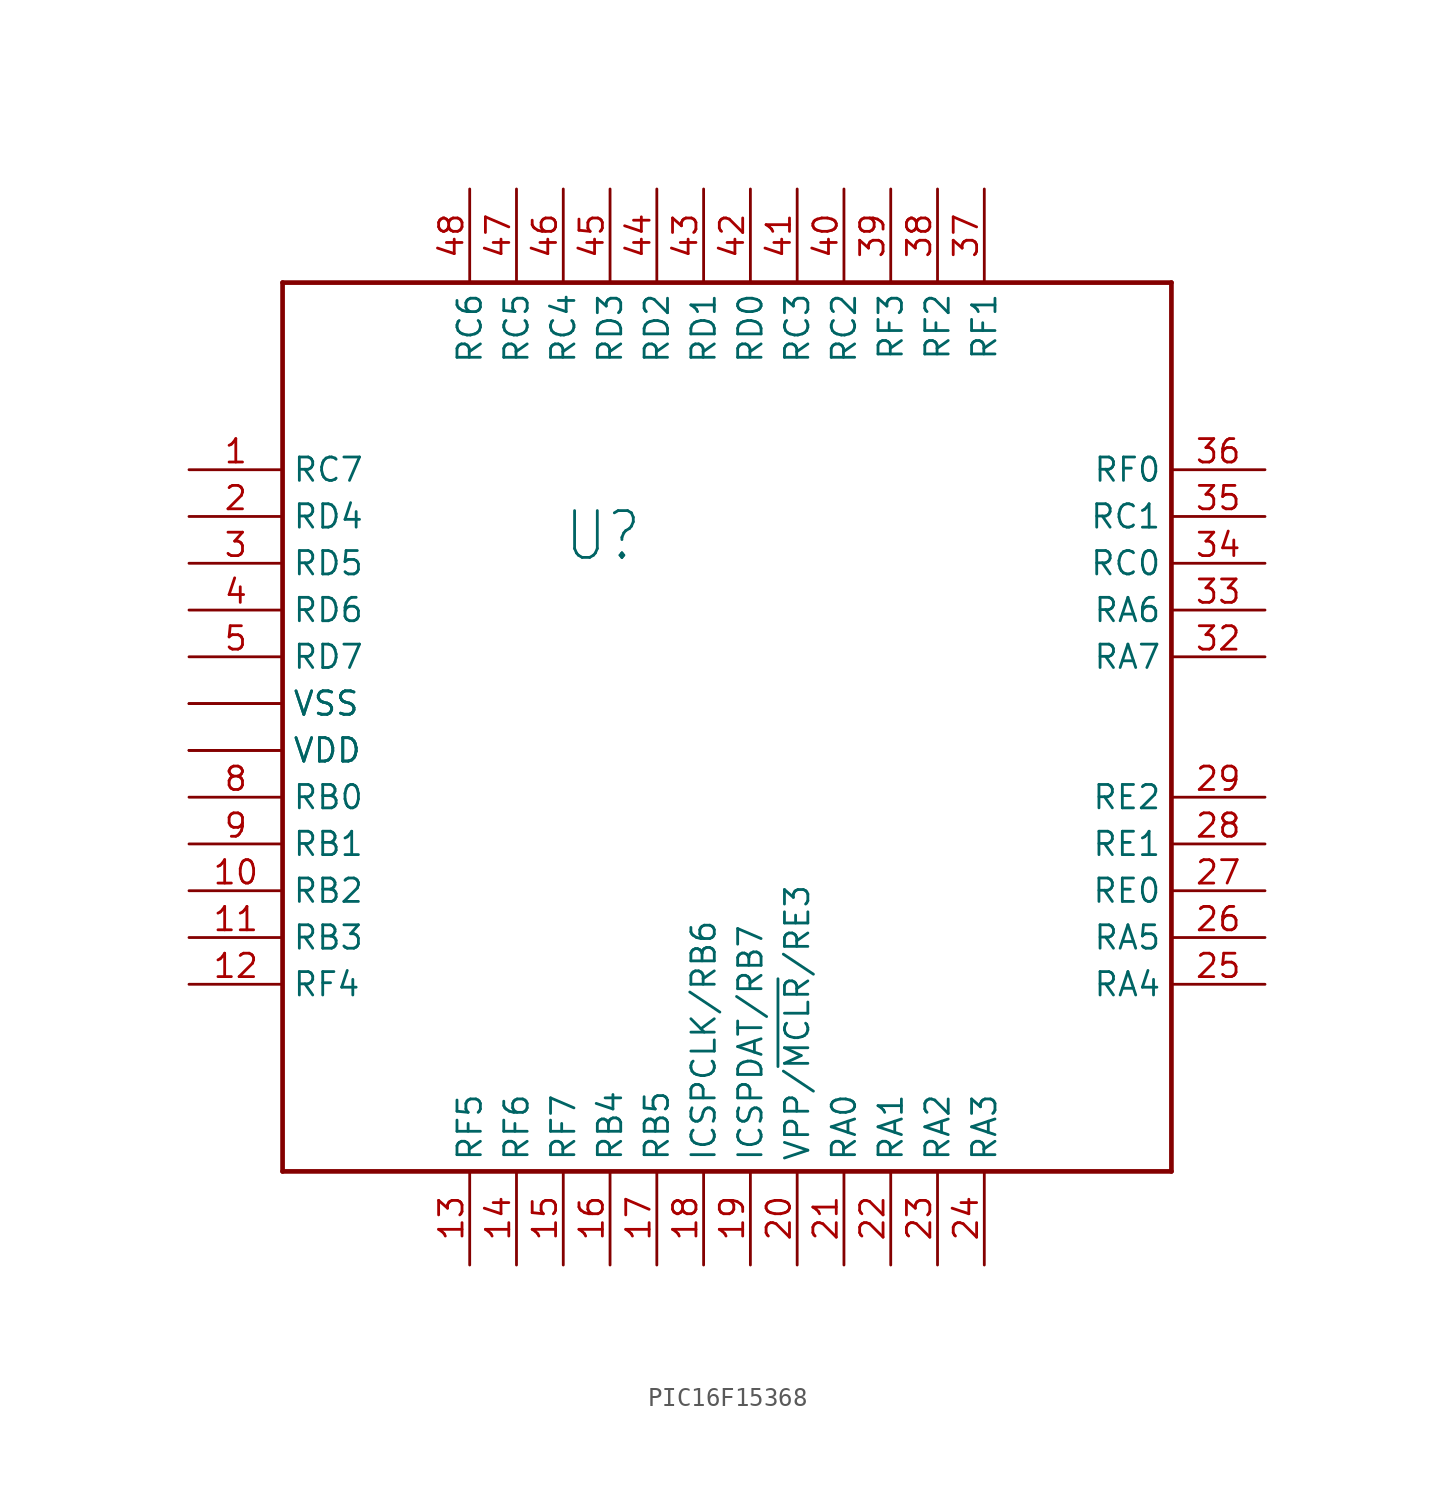
<source format=kicad_sym>
(kicad_symbol_lib
  (version 20231120)
  (generator "kicad_symbol_editor")
  (generator_version "8.0")
  (symbol "PIC16F15368"
    (property "Reference" "U"
      (at -5.08 10.16 0)
      (effects (font (size 2.54 2.159)) (justify left bottom)))
    (property "Value" ""
      (at -5.08 5.08 0)
      (effects (font (size 2.54 2.159)) (justify left bottom)))
    (property "ki_locked" ""
      (at 0 0 0)
      (effects (font (size 1.27 1.27))))
    (symbol "PIC16F15368_1_0"
      (polyline (pts (xy -20.32 -22.86) (xy -20.32 25.4)) (stroke (width 0.254) (type solid)) (fill (type none)))
      (polyline (pts (xy -20.32 25.4) (xy 27.94 25.4)) (stroke (width 0.254) (type solid)) (fill (type none)))
      (polyline (pts (xy 27.94 -22.86) (xy -20.32 -22.86)) (stroke (width 0.254) (type solid)) (fill (type none)))
      (polyline (pts (xy 27.94 25.4) (xy 27.94 -22.86)) (stroke (width 0.254) (type solid)) (fill (type none)))
      (pin bidirectional line (at -25.4 15.24 0) (length 5.08) (name "RC7" (effects (font (size 1.27 1.27)))) (number "1" (effects (font (size 1.27 1.27)))))
      (pin bidirectional line (at -25.4 -7.62 0) (length 5.08) (name "RB2" (effects (font (size 1.27 1.27)))) (number "10" (effects (font (size 1.27 1.27)))))
      (pin bidirectional line (at -25.4 -10.16 0) (length 5.08) (name "RB3" (effects (font (size 1.27 1.27)))) (number "11" (effects (font (size 1.27 1.27)))))
      (pin bidirectional line (at -25.4 -12.7 0) (length 5.08) (name "RF4" (effects (font (size 1.27 1.27)))) (number "12" (effects (font (size 1.27 1.27)))))
      (pin bidirectional line (at -10.16 -27.94 90) (length 5.08) (name "RF5" (effects (font (size 1.27 1.27)))) (number "13" (effects (font (size 1.27 1.27)))))
      (pin bidirectional line (at -7.62 -27.94 90) (length 5.08) (name "RF6" (effects (font (size 1.27 1.27)))) (number "14" (effects (font (size 1.27 1.27)))))
      (pin bidirectional line (at -5.08 -27.94 90) (length 5.08) (name "RF7" (effects (font (size 1.27 1.27)))) (number "15" (effects (font (size 1.27 1.27)))))
      (pin bidirectional line (at -2.54 -27.94 90) (length 5.08) (name "RB4" (effects (font (size 1.27 1.27)))) (number "16" (effects (font (size 1.27 1.27)))))
      (pin bidirectional line (at 0 -27.94 90) (length 5.08) (name "RB5" (effects (font (size 1.27 1.27)))) (number "17" (effects (font (size 1.27 1.27)))))
      (pin bidirectional line (at 2.54 -27.94 90) (length 5.08) (name "ICSPCLK/RB6" (effects (font (size 1.27 1.27)))) (number "18" (effects (font (size 1.27 1.27)))))
      (pin bidirectional line (at 5.08 -27.94 90) (length 5.08) (name "ICSPDAT/RB7" (effects (font (size 1.27 1.27)))) (number "19" (effects (font (size 1.27 1.27)))))
      (pin bidirectional line (at -25.4 12.7 0) (length 5.08) (name "RD4" (effects (font (size 1.27 1.27)))) (number "2" (effects (font (size 1.27 1.27)))))
      (pin bidirectional line (at 7.62 -27.94 90) (length 5.08) (name "VPP/~{MCLR}/RE3" (effects (font (size 1.27 1.27)))) (number "20" (effects (font (size 1.27 1.27)))))
      (pin bidirectional line (at 10.16 -27.94 90) (length 5.08) (name "RA0" (effects (font (size 1.27 1.27)))) (number "21" (effects (font (size 1.27 1.27)))))
      (pin bidirectional line (at 12.7 -27.94 90) (length 5.08) (name "RA1" (effects (font (size 1.27 1.27)))) (number "22" (effects (font (size 1.27 1.27)))))
      (pin bidirectional line (at 15.24 -27.94 90) (length 5.08) (name "RA2" (effects (font (size 1.27 1.27)))) (number "23" (effects (font (size 1.27 1.27)))))
      (pin bidirectional line (at 17.78 -27.94 90) (length 5.08) (name "RA3" (effects (font (size 1.27 1.27)))) (number "24" (effects (font (size 1.27 1.27)))))
      (pin bidirectional line (at 33.02 -12.7 180) (length 5.08) (name "RA4" (effects (font (size 1.27 1.27)))) (number "25" (effects (font (size 1.27 1.27)))))
      (pin bidirectional line (at 33.02 -10.16 180) (length 5.08) (name "RA5" (effects (font (size 1.27 1.27)))) (number "26" (effects (font (size 1.27 1.27)))))
      (pin bidirectional line (at 33.02 -7.62 180) (length 5.08) (name "RE0" (effects (font (size 1.27 1.27)))) (number "27" (effects (font (size 1.27 1.27)))))
      (pin bidirectional line (at 33.02 -5.08 180) (length 5.08) (name "RE1" (effects (font (size 1.27 1.27)))) (number "28" (effects (font (size 1.27 1.27)))))
      (pin bidirectional line (at 33.02 -2.54 180) (length 5.08) (name "RE2" (effects (font (size 1.27 1.27)))) (number "29" (effects (font (size 1.27 1.27)))))
      (pin bidirectional line (at -25.4 10.16 0) (length 5.08) (name "RD5" (effects (font (size 1.27 1.27)))) (number "3" (effects (font (size 1.27 1.27)))))
      (pin bidirectional line (at -25.4 0 0) (length 5.08) (name "VDD" (effects (font (size 1.27 1.27)))) (number "30" (effects (font (size 0 0)))))
      (pin bidirectional line (at -25.4 2.54 0) (length 5.08) (name "VSS" (effects (font (size 1.27 1.27)))) (number "31" (effects (font (size 0 0)))))
      (pin bidirectional line (at 33.02 5.08 180) (length 5.08) (name "RA7" (effects (font (size 1.27 1.27)))) (number "32" (effects (font (size 1.27 1.27)))))
      (pin bidirectional line (at 33.02 7.62 180) (length 5.08) (name "RA6" (effects (font (size 1.27 1.27)))) (number "33" (effects (font (size 1.27 1.27)))))
      (pin bidirectional line (at 33.02 10.16 180) (length 5.08) (name "RC0" (effects (font (size 1.27 1.27)))) (number "34" (effects (font (size 1.27 1.27)))))
      (pin bidirectional line (at 33.02 12.7 180) (length 5.08) (name "RC1" (effects (font (size 1.27 1.27)))) (number "35" (effects (font (size 1.27 1.27)))))
      (pin bidirectional line (at 33.02 15.24 180) (length 5.08) (name "RF0" (effects (font (size 1.27 1.27)))) (number "36" (effects (font (size 1.27 1.27)))))
      (pin bidirectional line (at 17.78 30.48 270) (length 5.08) (name "RF1" (effects (font (size 1.27 1.27)))) (number "37" (effects (font (size 1.27 1.27)))))
      (pin bidirectional line (at 15.24 30.48 270) (length 5.08) (name "RF2" (effects (font (size 1.27 1.27)))) (number "38" (effects (font (size 1.27 1.27)))))
      (pin bidirectional line (at 12.7 30.48 270) (length 5.08) (name "RF3" (effects (font (size 1.27 1.27)))) (number "39" (effects (font (size 1.27 1.27)))))
      (pin bidirectional line (at -25.4 7.62 0) (length 5.08) (name "RD6" (effects (font (size 1.27 1.27)))) (number "4" (effects (font (size 1.27 1.27)))))
      (pin bidirectional line (at 10.16 30.48 270) (length 5.08) (name "RC2" (effects (font (size 1.27 1.27)))) (number "40" (effects (font (size 1.27 1.27)))))
      (pin bidirectional line (at 7.62 30.48 270) (length 5.08) (name "RC3" (effects (font (size 1.27 1.27)))) (number "41" (effects (font (size 1.27 1.27)))))
      (pin bidirectional line (at 5.08 30.48 270) (length 5.08) (name "RD0" (effects (font (size 1.27 1.27)))) (number "42" (effects (font (size 1.27 1.27)))))
      (pin bidirectional line (at 2.54 30.48 270) (length 5.08) (name "RD1" (effects (font (size 1.27 1.27)))) (number "43" (effects (font (size 1.27 1.27)))))
      (pin bidirectional line (at 0 30.48 270) (length 5.08) (name "RD2" (effects (font (size 1.27 1.27)))) (number "44" (effects (font (size 1.27 1.27)))))
      (pin bidirectional line (at -2.54 30.48 270) (length 5.08) (name "RD3" (effects (font (size 1.27 1.27)))) (number "45" (effects (font (size 1.27 1.27)))))
      (pin bidirectional line (at -5.08 30.48 270) (length 5.08) (name "RC4" (effects (font (size 1.27 1.27)))) (number "46" (effects (font (size 1.27 1.27)))))
      (pin bidirectional line (at -7.62 30.48 270) (length 5.08) (name "RC5" (effects (font (size 1.27 1.27)))) (number "47" (effects (font (size 1.27 1.27)))))
      (pin bidirectional line (at -10.16 30.48 270) (length 5.08) (name "RC6" (effects (font (size 1.27 1.27)))) (number "48" (effects (font (size 1.27 1.27)))))
      (pin bidirectional line (at -25.4 5.08 0) (length 5.08) (name "RD7" (effects (font (size 1.27 1.27)))) (number "5" (effects (font (size 1.27 1.27)))))
      (pin bidirectional line (at -25.4 2.54 0) (length 5.08) (name "VSS" (effects (font (size 1.27 1.27)))) (number "6" (effects (font (size 0 0)))))
      (pin bidirectional line (at -25.4 0 0) (length 5.08) (name "VDD" (effects (font (size 1.27 1.27)))) (number "7" (effects (font (size 0 0)))))
      (pin bidirectional line (at -25.4 -2.54 0) (length 5.08) (name "RB0" (effects (font (size 1.27 1.27)))) (number "8" (effects (font (size 1.27 1.27)))))
      (pin bidirectional line (at -25.4 -5.08 0) (length 5.08) (name "RB1" (effects (font (size 1.27 1.27)))) (number "9" (effects (font (size 1.27 1.27))))))))
</source>
